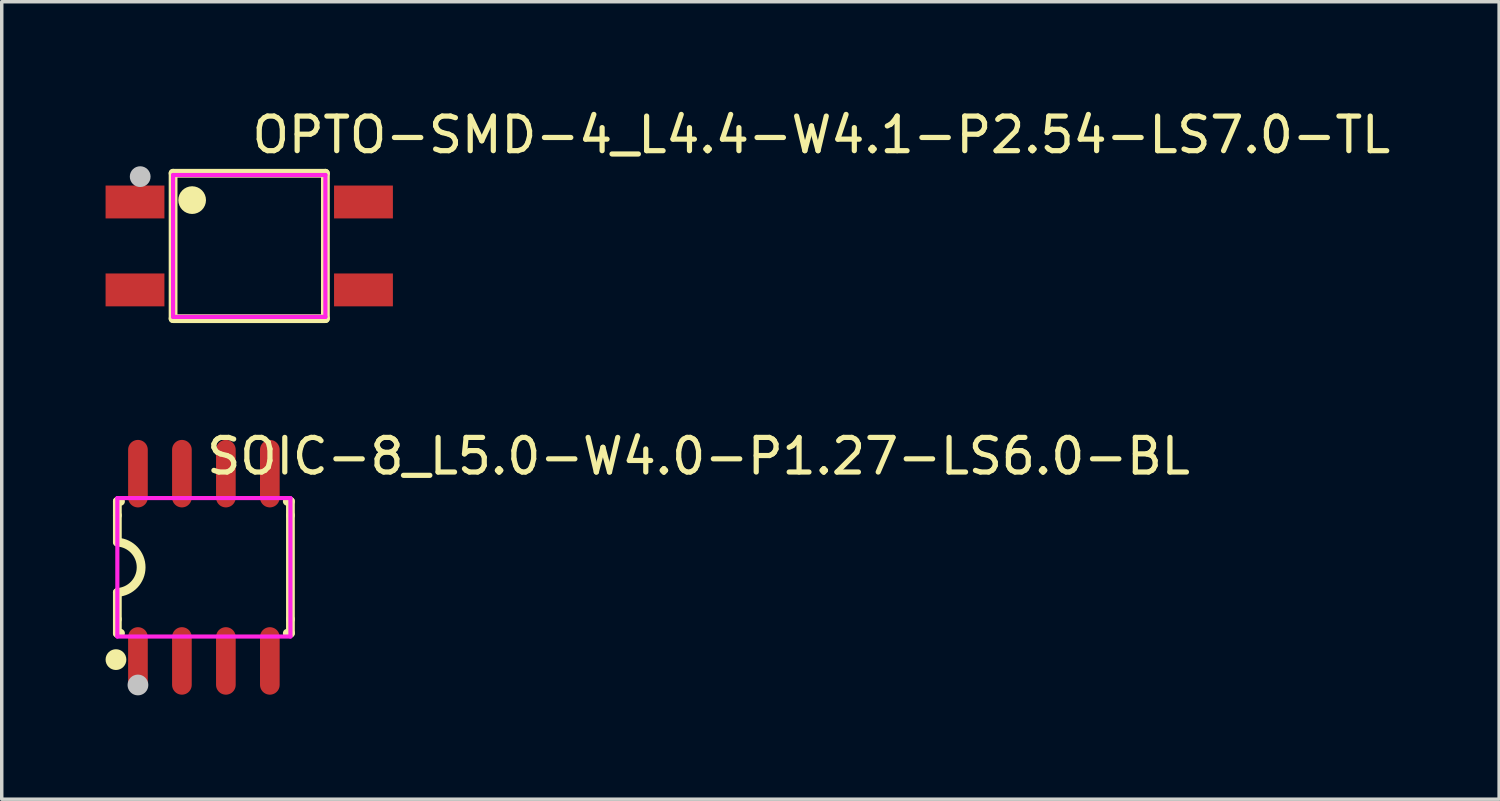
<source format=kicad_pcb>
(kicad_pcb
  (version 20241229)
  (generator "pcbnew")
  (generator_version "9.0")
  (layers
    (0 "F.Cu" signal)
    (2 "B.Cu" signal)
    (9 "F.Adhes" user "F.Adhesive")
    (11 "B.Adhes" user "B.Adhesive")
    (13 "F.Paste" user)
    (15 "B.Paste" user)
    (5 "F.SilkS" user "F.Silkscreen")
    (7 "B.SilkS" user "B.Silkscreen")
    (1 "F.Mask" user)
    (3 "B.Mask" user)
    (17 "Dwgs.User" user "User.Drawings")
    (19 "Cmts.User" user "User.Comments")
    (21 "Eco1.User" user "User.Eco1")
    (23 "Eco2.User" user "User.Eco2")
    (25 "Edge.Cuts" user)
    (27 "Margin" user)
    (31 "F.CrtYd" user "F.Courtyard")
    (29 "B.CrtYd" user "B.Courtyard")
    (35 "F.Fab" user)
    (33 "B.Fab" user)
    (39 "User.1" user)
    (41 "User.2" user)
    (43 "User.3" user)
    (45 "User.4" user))
  (footprint "SOIC-8_L5.0-W4.0-P1.27-LS6.0-BL"
    (layer "F.Cu")
    (at 2.84 13.338)
    (property "Reference" "SOIC-8_L5.0-W4.0-P1.27-LS6.0-BL" (at 0 -3.207 0) (layer "F.SilkS") (effects (font (size 1 1) (thickness 0.15)) (justify left)))
    (attr through_hole)
    (fp_line (start -2.5 -1.905) (end -2.409 -1.905) (stroke (width 0.254) (type solid)) (layer "F.SilkS"))
    (fp_line (start -2.5 -1.5) (end -2.5 -1.905) (stroke (width 0.254) (type solid)) (layer "F.SilkS"))
    (fp_line (start -2.5 -1.5) (end -2.5 -0.726) (stroke (width 0.254) (type solid)) (layer "F.SilkS"))
    (fp_line (start -2.5 1.5) (end -2.5 0.727) (stroke (width 0.254) (type solid)) (layer "F.SilkS"))
    (fp_line (start -2.5 1.5) (end -2.5 1.905) (stroke (width 0.254) (type solid)) (layer "F.SilkS"))
    (fp_line (start -2.5 1.905) (end -2.409 1.905) (stroke (width 0.254) (type solid)) (layer "F.SilkS"))
    (fp_line (start 2.5 -1.905) (end 2.409 -1.905) (stroke (width 0.254) (type solid)) (layer "F.SilkS"))
    (fp_line (start 2.5 -1.5) (end 2.5 -1.905) (stroke (width 0.254) (type solid)) (layer "F.SilkS"))
    (fp_line (start 2.5 -1.5) (end 2.5 1.5) (stroke (width 0.254) (type solid)) (layer "F.SilkS"))
    (fp_line (start 2.5 1.5) (end 2.5 1.905) (stroke (width 0.254) (type solid)) (layer "F.SilkS"))
    (fp_line (start 2.5 1.905) (end 2.409 1.905) (stroke (width 0.254) (type solid)) (layer "F.SilkS"))
    (fp_arc (start -2.495 -0.726) (mid -1.812612 0.002768) (end -2.500526 0.726321) (stroke (width 0.254) (type solid)) (layer "F.SilkS"))
    (fp_circle (center -2.54 2.667) (end -2.39 2.667) (stroke (width 0.3) (type solid)) (fill no) (layer "F.SilkS"))
    (fp_circle (center -1.905 3.4) (end -1.755 3.4) (stroke (width 0.3) (type solid)) (fill no) (layer "Dwgs.User"))
    (fp_line (start -2.11 -2.175) (end -1.7 -2.175) (stroke (width 0.12) (type solid)) (layer "Eco2.User"))
    (fp_line (start -2.11 -1.94) (end -2.11 -2.175) (stroke (width 0.12) (type solid)) (layer "Eco2.User"))
    (fp_line (start -2.11 1.94) (end -1.7 1.94) (stroke (width 0.12) (type solid)) (layer "Eco2.User"))
    (fp_line (start -2.11 2.175) (end -2.11 1.94) (stroke (width 0.12) (type solid)) (layer "Eco2.User"))
    (fp_line (start -1.7 -2.175) (end -1.7 -1.94) (stroke (width 0.12) (type solid)) (layer "Eco2.User"))
    (fp_line (start -1.7 -1.94) (end -2.11 -1.94) (stroke (width 0.12) (type solid)) (layer "Eco2.User"))
    (fp_line (start -1.7 1.94) (end -1.7 2.175) (stroke (width 0.12) (type solid)) (layer "Eco2.User"))
    (fp_line (start -1.7 2.175) (end -2.11 2.175) (stroke (width 0.12) (type solid)) (layer "Eco2.User"))
    (fp_line (start -0.84 -2.175) (end -0.43 -2.175) (stroke (width 0.12) (type solid)) (layer "Eco2.User"))
    (fp_line (start -0.84 -1.94) (end -0.84 -2.175) (stroke (width 0.12) (type solid)) (layer "Eco2.User"))
    (fp_line (start -0.84 1.94) (end -0.43 1.94) (stroke (width 0.12) (type solid)) (layer "Eco2.User"))
    (fp_line (start -0.84 2.175) (end -0.84 1.94) (stroke (width 0.12) (type solid)) (layer "Eco2.User"))
    (fp_line (start -0.43 -2.175) (end -0.43 -1.94) (stroke (width 0.12) (type solid)) (layer "Eco2.User"))
    (fp_line (start -0.43 -1.94) (end -0.84 -1.94) (stroke (width 0.12) (type solid)) (layer "Eco2.User"))
    (fp_line (start -0.43 1.94) (end -0.43 2.175) (stroke (width 0.12) (type solid)) (layer "Eco2.User"))
    (fp_line (start -0.43 2.175) (end -0.84 2.175) (stroke (width 0.12) (type solid)) (layer "Eco2.User"))
    (fp_line (start 0.43 -2.175) (end 0.84 -2.175) (stroke (width 0.12) (type solid)) (layer "Eco2.User"))
    (fp_line (start 0.43 -1.94) (end 0.43 -2.175) (stroke (width 0.12) (type solid)) (layer "Eco2.User"))
    (fp_line (start 0.43 1.94) (end 0.84 1.94) (stroke (width 0.12) (type solid)) (layer "Eco2.User"))
    (fp_line (start 0.43 2.175) (end 0.43 1.94) (stroke (width 0.12) (type solid)) (layer "Eco2.User"))
    (fp_line (start 0.84 -2.175) (end 0.84 -1.94) (stroke (width 0.12) (type solid)) (layer "Eco2.User"))
    (fp_line (start 0.84 -1.94) (end 0.43 -1.94) (stroke (width 0.12) (type solid)) (layer "Eco2.User"))
    (fp_line (start 0.84 1.94) (end 0.84 2.175) (stroke (width 0.12) (type solid)) (layer "Eco2.User"))
    (fp_line (start 0.84 2.175) (end 0.43 2.175) (stroke (width 0.12) (type solid)) (layer "Eco2.User"))
    (fp_line (start 1.7 -2.175) (end 2.11 -2.175) (stroke (width 0.12) (type solid)) (layer "Eco2.User"))
    (fp_line (start 1.7 -1.94) (end 1.7 -2.175) (stroke (width 0.12) (type solid)) (layer "Eco2.User"))
    (fp_line (start 1.7 1.94) (end 2.11 1.94) (stroke (width 0.12) (type solid)) (layer "Eco2.User"))
    (fp_line (start 1.7 2.175) (end 1.7 1.94) (stroke (width 0.12) (type solid)) (layer "Eco2.User"))
    (fp_line (start 2.11 -2.175) (end 2.11 -1.94) (stroke (width 0.12) (type solid)) (layer "Eco2.User"))
    (fp_line (start 2.11 -1.94) (end 1.7 -1.94) (stroke (width 0.12) (type solid)) (layer "Eco2.User"))
    (fp_line (start 2.11 1.94) (end 2.11 2.175) (stroke (width 0.12) (type solid)) (layer "Eco2.User"))
    (fp_line (start 2.11 2.175) (end 1.7 2.175) (stroke (width 0.12) (type solid)) (layer "Eco2.User"))
    (fp_circle (center -2.42 3) (end -2.39 3) (stroke (width 0.06) (type solid)) (fill no) (layer "Eco2.User"))
    (fp_poly (pts (xy -2.11 -2.165) (xy -2.11 -3) (xy -1.7 -3) (xy -1.7 -2.165)) (stroke (width 0.12) (type solid)) (fill no) (layer "Eco2.User"))
    (fp_poly (pts (xy -2.11 3) (xy -2.11 2.165) (xy -1.7 2.165) (xy -1.7 3)) (stroke (width 0.12) (type solid)) (fill no) (layer "Eco2.User"))
    (fp_poly (pts (xy -0.84 -2.165) (xy -0.84 -3) (xy -0.43 -3) (xy -0.43 -2.165)) (stroke (width 0.12) (type solid)) (fill no) (layer "Eco2.User"))
    (fp_poly (pts (xy -0.84 3) (xy -0.84 2.165) (xy -0.43 2.165) (xy -0.43 3)) (stroke (width 0.12) (type solid)) (fill no) (layer "Eco2.User"))
    (fp_poly (pts (xy 0.43 -2.165) (xy 0.43 -3) (xy 0.84 -3) (xy 0.84 -2.165)) (stroke (width 0.12) (type solid)) (fill no) (layer "Eco2.User"))
    (fp_poly (pts (xy 0.43 3) (xy 0.43 2.165) (xy 0.84 2.165) (xy 0.84 3)) (stroke (width 0.12) (type solid)) (fill no) (layer "Eco2.User"))
    (fp_poly (pts (xy 1.7 -2.165) (xy 1.7 -3) (xy 2.11 -3) (xy 2.11 -2.165)) (stroke (width 0.12) (type solid)) (fill no) (layer "Eco2.User"))
    (fp_poly (pts (xy 1.7 3) (xy 1.7 2.165) (xy 2.11 2.165) (xy 2.11 3)) (stroke (width 0.12) (type solid)) (fill no) (layer "Eco2.User"))
    (fp_line (start -2.5 -2) (end 2.5 -2) (stroke (width 0.12) (type solid)) (layer "F.CrtYd"))
    (fp_line (start -2.5 2) (end -2.5 -2) (stroke (width 0.12) (type solid)) (layer "F.CrtYd"))
    (fp_line (start 2.5 -2) (end 2.5 2) (stroke (width 0.12) (type solid)) (layer "F.CrtYd"))
    (fp_line (start 2.5 2) (end -2.5 2) (stroke (width 0.12) (type solid)) (layer "F.CrtYd"))
    (pad "1" smd oval (at -1.905 2.705) (size 0.568 1.95) (layers "F.Cu" "F.Mask" "F.Paste"))
    (pad "2" smd oval (at -0.635 2.705) (size 0.568 1.95) (layers "F.Cu" "F.Mask" "F.Paste"))
    (pad "3" smd oval (at 0.635 2.705) (size 0.568 1.95) (layers "F.Cu" "F.Mask" "F.Paste"))
    (pad "4" smd oval (at 1.905 2.705) (size 0.568 1.95) (layers "F.Cu" "F.Mask" "F.Paste"))
    (pad "5" smd oval (at 1.905 -2.705) (size 0.568 1.95) (layers "F.Cu" "F.Mask" "F.Paste"))
    (pad "6" smd oval (at 0.635 -2.705) (size 0.568 1.95) (layers "F.Cu" "F.Mask" "F.Paste"))
    (pad "7" smd oval (at -0.635 -2.705) (size 0.568 1.95) (layers "F.Cu" "F.Mask" "F.Paste"))
    (pad "8" smd oval (at -1.905 -2.705) (size 0.568 1.95) (layers "F.Cu" "F.Mask" "F.Paste")))
  (footprint "OPTO-SMD-4_L4.4-W4.1-P2.54-LS7.0-TL"
    (layer "F.Cu")
    (at 4.15 4.055)
    (property "Reference" "OPTO-SMD-4_L4.4-W4.1-P2.54-LS7.0-TL" (at 0 -3.207 0) (layer "F.SilkS") (effects (font (size 1 1) (thickness 0.15)) (justify left)))
    (attr through_hole)
    (fp_line (start -2.2 -2.1) (end 2.2 -2.1) (stroke (width 0.254) (type solid)) (layer "F.SilkS"))
    (fp_line (start -2.2 2.1) (end -2.2 -2.1) (stroke (width 0.254) (type solid)) (layer "F.SilkS"))
    (fp_line (start 2.2 -2.1) (end 2.2 2.1) (stroke (width 0.254) (type solid)) (layer "F.SilkS"))
    (fp_line (start 2.2 2.1) (end -2.2 2.1) (stroke (width 0.254) (type solid)) (layer "F.SilkS"))
    (fp_arc (start -1.648 -1.524) (mid -1.65073 -1.123991) (end -1.65054 -1.524009) (stroke (width 0.4) (type solid)) (layer "F.SilkS"))
    (fp_circle (center -3.15 -2.002) (end -3 -2.002) (stroke (width 0.3) (type solid)) (fill no) (layer "Dwgs.User"))
    (fp_line (start -3.01 -1.47) (end -2.19 -1.47) (stroke (width 0.12) (type solid)) (layer "Eco2.User"))
    (fp_line (start -3.01 -1.07) (end -3.01 -1.47) (stroke (width 0.12) (type solid)) (layer "Eco2.User"))
    (fp_line (start -3.01 1.07) (end -2.19 1.07) (stroke (width 0.12) (type solid)) (layer "Eco2.User"))
    (fp_line (start -3.01 1.47) (end -3.01 1.07) (stroke (width 0.12) (type solid)) (layer "Eco2.User"))
    (fp_line (start -2.19 -1.47) (end -2.19 -1.07) (stroke (width 0.12) (type solid)) (layer "Eco2.User"))
    (fp_line (start -2.19 -1.07) (end -3.01 -1.07) (stroke (width 0.12) (type solid)) (layer "Eco2.User"))
    (fp_line (start -2.19 1.07) (end -2.19 1.47) (stroke (width 0.12) (type solid)) (layer "Eco2.User"))
    (fp_line (start -2.19 1.47) (end -3.01 1.47) (stroke (width 0.12) (type solid)) (layer "Eco2.User"))
    (fp_line (start 2.19 -1.47) (end 2.19 -1.07) (stroke (width 0.12) (type solid)) (layer "Eco2.User"))
    (fp_line (start 2.19 -1.07) (end 3.01 -1.07) (stroke (width 0.12) (type solid)) (layer "Eco2.User"))
    (fp_line (start 2.19 1.07) (end 2.19 1.47) (stroke (width 0.12) (type solid)) (layer "Eco2.User"))
    (fp_line (start 2.19 1.47) (end 3.01 1.47) (stroke (width 0.12) (type solid)) (layer "Eco2.User"))
    (fp_line (start 3.01 -1.47) (end 2.19 -1.47) (stroke (width 0.12) (type solid)) (layer "Eco2.User"))
    (fp_line (start 3.01 -1.07) (end 3.01 -1.47) (stroke (width 0.12) (type solid)) (layer "Eco2.User"))
    (fp_line (start 3.01 1.07) (end 2.19 1.07) (stroke (width 0.12) (type solid)) (layer "Eco2.User"))
    (fp_line (start 3.01 1.47) (end 3.01 1.07) (stroke (width 0.12) (type solid)) (layer "Eco2.User"))
    (fp_circle (center -3.47 -1.92) (end -3.44 -1.92) (stroke (width 0.06) (type solid)) (fill no) (layer "Eco2.User"))
    (fp_poly (pts (xy -3.5 -1.47) (xy -3 -1.47) (xy -3 -1.07) (xy -3.5 -1.07)) (stroke (width 0.12) (type solid)) (fill no) (layer "Eco2.User"))
    (fp_poly (pts (xy -3.5 1.07) (xy -3 1.07) (xy -3 1.47) (xy -3.5 1.47)) (stroke (width 0.12) (type solid)) (fill no) (layer "Eco2.User"))
    (fp_poly (pts (xy 3.5 -1.47) (xy 3 -1.47) (xy 3 -1.07) (xy 3.5 -1.07)) (stroke (width 0.12) (type solid)) (fill no) (layer "Eco2.User"))
    (fp_poly (pts (xy 3.5 1.07) (xy 3 1.07) (xy 3 1.47) (xy 3.5 1.47)) (stroke (width 0.12) (type solid)) (fill no) (layer "Eco2.User"))
    (fp_line (start -2.2 -2.05) (end 2.2 -2.05) (stroke (width 0.12) (type solid)) (layer "F.CrtYd"))
    (fp_line (start -2.2 2.05) (end -2.2 -2.05) (stroke (width 0.12) (type solid)) (layer "F.CrtYd"))
    (fp_line (start 2.2 -2.05) (end 2.2 2.05) (stroke (width 0.12) (type solid)) (layer "F.CrtYd"))
    (fp_line (start 2.2 2.05) (end -2.2 2.05) (stroke (width 0.12) (type solid)) (layer "F.CrtYd"))
    (pad "1" smd rect (at -3.3 -1.27) (size 1.7 0.95) (layers "F.Cu" "F.Mask" "F.Paste"))
    (pad "2" smd rect (at -3.3 1.27) (size 1.7 0.95) (layers "F.Cu" "F.Mask" "F.Paste"))
    (pad "3" smd rect (at 3.3 1.27) (size 1.7 0.95) (layers "F.Cu" "F.Mask" "F.Paste"))
    (pad "4" smd rect (at 3.3 -1.27) (size 1.7 0.95) (layers "F.Cu" "F.Mask" "F.Paste")))
  (gr_rect
    (start -3 -3)
    (end 40.257 20.038)
    (stroke (width 0.1) (type default))
    (fill no)
    (layer "Edge.Cuts")))
</source>
